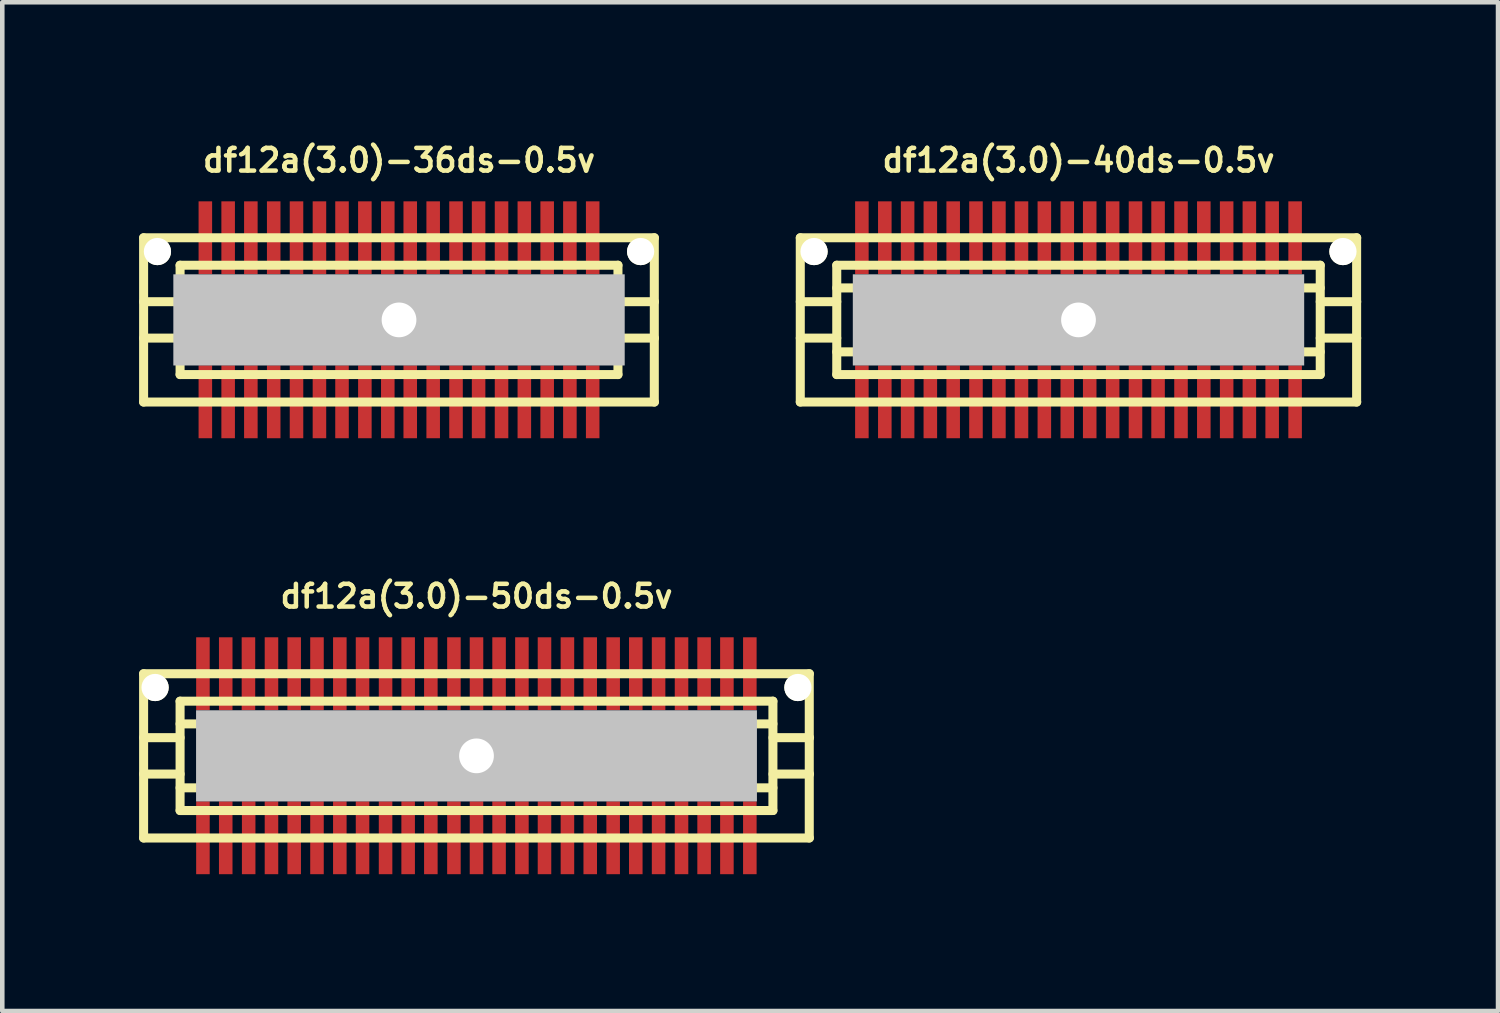
<source format=kicad_pcb>
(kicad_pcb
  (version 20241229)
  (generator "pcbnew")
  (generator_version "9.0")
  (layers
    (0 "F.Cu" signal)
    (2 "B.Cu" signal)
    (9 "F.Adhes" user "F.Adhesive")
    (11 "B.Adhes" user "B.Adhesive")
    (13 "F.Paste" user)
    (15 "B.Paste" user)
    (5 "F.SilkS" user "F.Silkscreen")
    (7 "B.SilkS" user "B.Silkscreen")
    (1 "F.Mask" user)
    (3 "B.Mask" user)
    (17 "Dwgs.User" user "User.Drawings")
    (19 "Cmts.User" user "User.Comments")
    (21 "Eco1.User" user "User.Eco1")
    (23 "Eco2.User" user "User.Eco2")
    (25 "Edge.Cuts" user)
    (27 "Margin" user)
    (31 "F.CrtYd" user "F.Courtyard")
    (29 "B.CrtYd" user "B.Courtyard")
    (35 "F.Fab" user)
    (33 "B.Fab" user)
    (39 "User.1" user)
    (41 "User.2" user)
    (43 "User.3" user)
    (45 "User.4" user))
  (footprint "df12a(3.0)-36ds-0.5v"
    (layer "F.Cu")
    (at 5.7 3.965)
    (property "Reference" "df12a(3.0)-36ds-0.5v" (at 0 -3.5 0) (layer "F.SilkS") (effects (font (size 0.498 0.498) (thickness 0.099))))
    (attr through_hole)
    (fp_line (start -5.601 -1.801) (end 5.601 -1.801) (stroke (width 0.198) (type solid)) (layer "F.SilkS"))
    (fp_line (start -5.601 1.801) (end -5.601 -1.801) (stroke (width 0.198) (type solid)) (layer "F.SilkS"))
    (fp_line (start -5.601 1.801) (end 5.601 1.801) (stroke (width 0.198) (type solid)) (layer "F.SilkS"))
    (fp_line (start -4.801 -1.199) (end 4.801 -1.199) (stroke (width 0.198) (type solid)) (layer "F.SilkS"))
    (fp_line (start -4.801 -0.701) (end 4.801 -0.701) (stroke (width 0.198) (type solid)) (layer "F.SilkS"))
    (fp_line (start -4.801 -0.399) (end -5.601 -0.399) (stroke (width 0.198) (type solid)) (layer "F.SilkS"))
    (fp_line (start -4.801 0.399) (end -5.601 0.399) (stroke (width 0.198) (type solid)) (layer "F.SilkS"))
    (fp_line (start -4.801 0.701) (end 4.801 0.701) (stroke (width 0.198) (type solid)) (layer "F.SilkS"))
    (fp_line (start -4.801 1.199) (end -4.801 -1.199) (stroke (width 0.198) (type solid)) (layer "F.SilkS"))
    (fp_line (start -4.801 1.199) (end 4.801 1.199) (stroke (width 0.198) (type solid)) (layer "F.SilkS"))
    (fp_line (start 4.801 -1.199) (end 4.801 1.199) (stroke (width 0.198) (type solid)) (layer "F.SilkS"))
    (fp_line (start 4.801 -0.399) (end 5.601 -0.399) (stroke (width 0.198) (type solid)) (layer "F.SilkS"))
    (fp_line (start 5.598 -1.801) (end 5.598 1.801) (stroke (width 0.198) (type solid)) (layer "F.SilkS"))
    (fp_line (start 5.601 0.399) (end 4.801 0.399) (stroke (width 0.198) (type solid)) (layer "F.SilkS"))
    (pad "" np_thru_hole circle (at -5.298 -1.499) (size 0.597 0.597) (drill 0.597) (layers "*.Cu" "*.Mask" "F.SilkS"))
    (pad "" np_thru_hole rect (at 0 0) (size 9.898 1.999) (drill 0.762) (layers "Dwgs.User"))
    (pad "" np_thru_hole circle (at 5.298 -1.499) (size 0.597 0.597) (drill 0.597) (layers "*.Cu" "*.Mask" "F.SilkS"))
    (pad "1" smd rect (at -4.247 1.796) (size 0.297 1.598) (layers "F.Cu" "F.Mask" "F.Paste"))
    (pad "2" smd rect (at -3.747 1.796) (size 0.297 1.598) (layers "F.Cu" "F.Mask" "F.Paste"))
    (pad "3" smd rect (at -3.249 1.796) (size 0.297 1.598) (layers "F.Cu" "F.Mask" "F.Paste"))
    (pad "4" smd rect (at -2.748 1.796) (size 0.297 1.598) (layers "F.Cu" "F.Mask" "F.Paste"))
    (pad "5" smd rect (at -2.248 1.796) (size 0.297 1.598) (layers "F.Cu" "F.Mask" "F.Paste"))
    (pad "6" smd rect (at -1.745 1.796) (size 0.297 1.598) (layers "F.Cu" "F.Mask" "F.Paste"))
    (pad "7" smd rect (at -1.25 1.796) (size 0.297 1.598) (layers "F.Cu" "F.Mask" "F.Paste"))
    (pad "8" smd rect (at -0.749 1.796) (size 0.297 1.598) (layers "F.Cu" "F.Mask" "F.Paste"))
    (pad "9" smd rect (at -0.246 1.796) (size 0.297 1.598) (layers "F.Cu" "F.Mask" "F.Paste"))
    (pad "10" smd rect (at 0.246 1.796) (size 0.297 1.598) (layers "F.Cu" "F.Mask" "F.Paste"))
    (pad "11" smd rect (at 0.749 1.796) (size 0.297 1.598) (layers "F.Cu" "F.Mask" "F.Paste"))
    (pad "12" smd rect (at 1.25 1.796) (size 0.297 1.598) (layers "F.Cu" "F.Mask" "F.Paste"))
    (pad "13" smd rect (at 1.745 1.796) (size 0.297 1.598) (layers "F.Cu" "F.Mask" "F.Paste"))
    (pad "14" smd rect (at 2.248 1.796) (size 0.297 1.598) (layers "F.Cu" "F.Mask" "F.Paste"))
    (pad "15" smd rect (at 2.748 1.796) (size 0.297 1.598) (layers "F.Cu" "F.Mask" "F.Paste"))
    (pad "16" smd rect (at 3.249 1.796) (size 0.297 1.598) (layers "F.Cu" "F.Mask" "F.Paste"))
    (pad "17" smd rect (at 3.747 1.796) (size 0.297 1.598) (layers "F.Cu" "F.Mask" "F.Paste"))
    (pad "18" smd rect (at 4.247 1.796) (size 0.297 1.598) (layers "F.Cu" "F.Mask" "F.Paste"))
    (pad "19" smd rect (at 4.247 -1.801) (size 0.297 1.598) (layers "F.Cu" "F.Mask" "F.Paste"))
    (pad "20" smd rect (at 3.747 -1.801) (size 0.297 1.598) (layers "F.Cu" "F.Mask" "F.Paste"))
    (pad "21" smd rect (at 3.249 -1.801) (size 0.297 1.598) (layers "F.Cu" "F.Mask" "F.Paste"))
    (pad "22" smd rect (at 2.748 -1.801) (size 0.297 1.598) (layers "F.Cu" "F.Mask" "F.Paste"))
    (pad "23" smd rect (at 2.248 -1.801) (size 0.297 1.598) (layers "F.Cu" "F.Mask" "F.Paste"))
    (pad "24" smd rect (at 1.745 -1.801) (size 0.297 1.598) (layers "F.Cu" "F.Mask" "F.Paste"))
    (pad "25" smd rect (at 1.25 -1.801) (size 0.297 1.598) (layers "F.Cu" "F.Mask" "F.Paste"))
    (pad "26" smd rect (at 0.749 -1.801) (size 0.297 1.598) (layers "F.Cu" "F.Mask" "F.Paste"))
    (pad "27" smd rect (at 0.246 -1.801) (size 0.297 1.598) (layers "F.Cu" "F.Mask" "F.Paste"))
    (pad "28" smd rect (at -0.246 -1.801) (size 0.297 1.598) (layers "F.Cu" "F.Mask" "F.Paste"))
    (pad "29" smd rect (at -0.749 -1.801) (size 0.297 1.598) (layers "F.Cu" "F.Mask" "F.Paste"))
    (pad "30" smd rect (at -1.25 -1.801) (size 0.297 1.598) (layers "F.Cu" "F.Mask" "F.Paste"))
    (pad "31" smd rect (at -1.745 -1.801) (size 0.297 1.598) (layers "F.Cu" "F.Mask" "F.Paste"))
    (pad "32" smd rect (at -2.248 -1.801) (size 0.297 1.598) (layers "F.Cu" "F.Mask" "F.Paste"))
    (pad "33" smd rect (at -2.748 -1.801) (size 0.297 1.598) (layers "F.Cu" "F.Mask" "F.Paste"))
    (pad "34" smd rect (at -3.249 -1.801) (size 0.297 1.598) (layers "F.Cu" "F.Mask" "F.Paste"))
    (pad "35" smd rect (at -3.747 -1.801) (size 0.297 1.598) (layers "F.Cu" "F.Mask" "F.Paste"))
    (pad "36" smd rect (at -4.247 -1.801) (size 0.297 1.598) (layers "F.Cu" "F.Mask" "F.Paste")))
  (footprint "df12a(3.0)-50ds-0.5v"
    (layer "F.Cu")
    (at 7.399 13.525)
    (property "Reference" "df12a(3.0)-50ds-0.5v" (at 0 -3.5 0) (layer "F.SilkS") (effects (font (size 0.498 0.498) (thickness 0.099))))
    (attr through_hole)
    (fp_line (start -7.3 1.801) (end -7.3 -1.801) (stroke (width 0.198) (type solid)) (layer "F.SilkS"))
    (fp_line (start -7.3 1.801) (end 7.3 1.801) (stroke (width 0.198) (type solid)) (layer "F.SilkS"))
    (fp_line (start -6.5 -1.199) (end 6.5 -1.199) (stroke (width 0.198) (type solid)) (layer "F.SilkS"))
    (fp_line (start -6.5 -0.701) (end 6.5 -0.701) (stroke (width 0.198) (type solid)) (layer "F.SilkS"))
    (fp_line (start -6.5 -0.399) (end -7.3 -0.399) (stroke (width 0.198) (type solid)) (layer "F.SilkS"))
    (fp_line (start -6.5 0.399) (end -7.3 0.399) (stroke (width 0.198) (type solid)) (layer "F.SilkS"))
    (fp_line (start -6.5 0.701) (end 6.5 0.701) (stroke (width 0.198) (type solid)) (layer "F.SilkS"))
    (fp_line (start -6.5 1.199) (end -6.5 -1.199) (stroke (width 0.198) (type solid)) (layer "F.SilkS"))
    (fp_line (start 6.5 -1.199) (end 6.5 1.199) (stroke (width 0.198) (type solid)) (layer "F.SilkS"))
    (fp_line (start 6.5 1.199) (end -6.5 1.199) (stroke (width 0.198) (type solid)) (layer "F.SilkS"))
    (fp_line (start 6.502 -0.399) (end 7.303 -0.399) (stroke (width 0.198) (type solid)) (layer "F.SilkS"))
    (fp_line (start 7.297 -1.801) (end 7.297 1.801) (stroke (width 0.198) (type solid)) (layer "F.SilkS"))
    (fp_line (start 7.3 -1.801) (end -7.3 -1.801) (stroke (width 0.198) (type solid)) (layer "F.SilkS"))
    (fp_line (start 7.303 0.399) (end 6.502 0.399) (stroke (width 0.198) (type solid)) (layer "F.SilkS"))
    (pad "" np_thru_hole circle (at -7.048 -1.499) (size 0.597 0.597) (drill 0.597) (layers "*.Cu" "*.Mask" "F.SilkS"))
    (pad "" np_thru_hole rect (at 0 0) (size 12.299 1.999) (drill 0.762) (layers "Dwgs.User"))
    (pad "" np_thru_hole circle (at 7.048 -1.499) (size 0.597 0.597) (drill 0.597) (layers "*.Cu" "*.Mask" "F.SilkS"))
    (pad "1" smd rect (at -5.999 1.796) (size 0.297 1.598) (layers "F.Cu" "F.Mask" "F.Paste"))
    (pad "2" smd rect (at -5.499 1.796) (size 0.297 1.598) (layers "F.Cu" "F.Mask" "F.Paste"))
    (pad "3" smd rect (at -4.996 1.796) (size 0.297 1.598) (layers "F.Cu" "F.Mask" "F.Paste"))
    (pad "4" smd rect (at -4.496 1.796) (size 0.297 1.598) (layers "F.Cu" "F.Mask" "F.Paste"))
    (pad "5" smd rect (at -3.998 1.796) (size 0.297 1.598) (layers "F.Cu" "F.Mask" "F.Paste"))
    (pad "6" smd rect (at -3.498 1.796) (size 0.297 1.598) (layers "F.Cu" "F.Mask" "F.Paste"))
    (pad "7" smd rect (at -2.997 1.796) (size 0.297 1.598) (layers "F.Cu" "F.Mask" "F.Paste"))
    (pad "8" smd rect (at -2.499 1.796) (size 0.297 1.598) (layers "F.Cu" "F.Mask" "F.Paste"))
    (pad "9" smd rect (at -1.994 1.796) (size 0.297 1.598) (layers "F.Cu" "F.Mask" "F.Paste"))
    (pad "10" smd rect (at -1.499 1.796) (size 0.297 1.598) (layers "F.Cu" "F.Mask" "F.Paste"))
    (pad "11" smd rect (at -1.001 1.796) (size 0.297 1.598) (layers "F.Cu" "F.Mask" "F.Paste"))
    (pad "12" smd rect (at -0.495 1.796) (size 0.297 1.598) (layers "F.Cu" "F.Mask" "F.Paste"))
    (pad "13" smd rect (at 0 1.796) (size 0.297 1.598) (layers "F.Cu" "F.Mask" "F.Paste"))
    (pad "14" smd rect (at 0.495 1.796) (size 0.297 1.598) (layers "F.Cu" "F.Mask" "F.Paste"))
    (pad "15" smd rect (at 0.996 1.796) (size 0.297 1.598) (layers "F.Cu" "F.Mask" "F.Paste"))
    (pad "16" smd rect (at 1.491 1.796) (size 0.297 1.598) (layers "F.Cu" "F.Mask" "F.Paste"))
    (pad "17" smd rect (at 1.994 1.796) (size 0.297 1.598) (layers "F.Cu" "F.Mask" "F.Paste"))
    (pad "18" smd rect (at 2.494 1.796) (size 0.297 1.598) (layers "F.Cu" "F.Mask" "F.Paste"))
    (pad "19" smd rect (at 2.997 1.796) (size 0.297 1.598) (layers "F.Cu" "F.Mask" "F.Paste"))
    (pad "20" smd rect (at 3.493 1.796) (size 0.297 1.598) (layers "F.Cu" "F.Mask" "F.Paste"))
    (pad "21" smd rect (at 3.993 1.796) (size 0.297 1.598) (layers "F.Cu" "F.Mask" "F.Paste"))
    (pad "22" smd rect (at 4.496 1.796) (size 0.297 1.598) (layers "F.Cu" "F.Mask" "F.Paste"))
    (pad "23" smd rect (at 4.991 1.796) (size 0.297 1.598) (layers "F.Cu" "F.Mask" "F.Paste"))
    (pad "24" smd rect (at 5.491 1.796) (size 0.297 1.598) (layers "F.Cu" "F.Mask" "F.Paste"))
    (pad "25" smd rect (at 5.994 1.796) (size 0.297 1.598) (layers "F.Cu" "F.Mask" "F.Paste"))
    (pad "26" smd rect (at 5.994 -1.801) (size 0.297 1.598) (layers "F.Cu" "F.Mask" "F.Paste"))
    (pad "27" smd rect (at 5.491 -1.801) (size 0.297 1.598) (layers "F.Cu" "F.Mask" "F.Paste"))
    (pad "28" smd rect (at 4.991 -1.801) (size 0.297 1.598) (layers "F.Cu" "F.Mask" "F.Paste"))
    (pad "29" smd rect (at 4.496 -1.801) (size 0.297 1.598) (layers "F.Cu" "F.Mask" "F.Paste"))
    (pad "30" smd rect (at 3.993 -1.801) (size 0.297 1.598) (layers "F.Cu" "F.Mask" "F.Paste"))
    (pad "31" smd rect (at 3.493 -1.801) (size 0.297 1.598) (layers "F.Cu" "F.Mask" "F.Paste"))
    (pad "32" smd rect (at 2.997 -1.801) (size 0.297 1.598) (layers "F.Cu" "F.Mask" "F.Paste"))
    (pad "33" smd rect (at 2.494 -1.801) (size 0.297 1.598) (layers "F.Cu" "F.Mask" "F.Paste"))
    (pad "34" smd rect (at 1.994 -1.801) (size 0.297 1.598) (layers "F.Cu" "F.Mask" "F.Paste"))
    (pad "35" smd rect (at 1.491 -1.801) (size 0.297 1.598) (layers "F.Cu" "F.Mask" "F.Paste"))
    (pad "36" smd rect (at 0.996 -1.801) (size 0.297 1.598) (layers "F.Cu" "F.Mask" "F.Paste"))
    (pad "37" smd rect (at 0.495 -1.801) (size 0.297 1.598) (layers "F.Cu" "F.Mask" "F.Paste"))
    (pad "38" smd rect (at 0 -1.801) (size 0.297 1.598) (layers "F.Cu" "F.Mask" "F.Paste"))
    (pad "39" smd rect (at -0.495 -1.801) (size 0.297 1.598) (layers "F.Cu" "F.Mask" "F.Paste"))
    (pad "40" smd rect (at -1.001 -1.801) (size 0.297 1.598) (layers "F.Cu" "F.Mask" "F.Paste"))
    (pad "41" smd rect (at -1.499 -1.801) (size 0.297 1.598) (layers "F.Cu" "F.Mask" "F.Paste"))
    (pad "42" smd rect (at -1.994 -1.801) (size 0.297 1.598) (layers "F.Cu" "F.Mask" "F.Paste"))
    (pad "43" smd rect (at -2.499 -1.801) (size 0.297 1.598) (layers "F.Cu" "F.Mask" "F.Paste"))
    (pad "44" smd rect (at -2.997 -1.801) (size 0.297 1.598) (layers "F.Cu" "F.Mask" "F.Paste"))
    (pad "45" smd rect (at -3.498 -1.801) (size 0.297 1.598) (layers "F.Cu" "F.Mask" "F.Paste"))
    (pad "46" smd rect (at -3.998 -1.801) (size 0.297 1.598) (layers "F.Cu" "F.Mask" "F.Paste"))
    (pad "47" smd rect (at -4.496 -1.801) (size 0.297 1.598) (layers "F.Cu" "F.Mask" "F.Paste"))
    (pad "48" smd rect (at -5.001 -1.801) (size 0.297 1.598) (layers "F.Cu" "F.Mask" "F.Paste"))
    (pad "49" smd rect (at -5.499 -1.801) (size 0.297 1.598) (layers "F.Cu" "F.Mask" "F.Paste"))
    (pad "50" smd rect (at -5.999 -1.801) (size 0.297 1.598) (layers "F.Cu" "F.Mask" "F.Paste")))
  (footprint "df12a(3.0)-40ds-0.5v"
    (layer "F.Cu")
    (at 20.6 3.965)
    (property "Reference" "df12a(3.0)-40ds-0.5v" (at 0 -3.5 0) (layer "F.SilkS") (effects (font (size 0.498 0.498) (thickness 0.099))))
    (attr through_hole)
    (fp_line (start -6.101 -1.801) (end 6.101 -1.801) (stroke (width 0.198) (type solid)) (layer "F.SilkS"))
    (fp_line (start -6.101 1.801) (end -6.101 -1.801) (stroke (width 0.198) (type solid)) (layer "F.SilkS"))
    (fp_line (start -5.301 -0.701) (end 5.301 -0.701) (stroke (width 0.198) (type solid)) (layer "F.SilkS"))
    (fp_line (start -5.301 -0.399) (end -6.101 -0.399) (stroke (width 0.198) (type solid)) (layer "F.SilkS"))
    (fp_line (start -5.301 0.399) (end -6.101 0.399) (stroke (width 0.198) (type solid)) (layer "F.SilkS"))
    (fp_line (start -5.301 1.199) (end -5.301 -1.199) (stroke (width 0.198) (type solid)) (layer "F.SilkS"))
    (fp_line (start -5.301 1.199) (end 5.301 1.199) (stroke (width 0.198) (type solid)) (layer "F.SilkS"))
    (fp_line (start 5.301 -1.199) (end -5.301 -1.199) (stroke (width 0.198) (type solid)) (layer "F.SilkS"))
    (fp_line (start 5.301 -1.199) (end 5.301 1.199) (stroke (width 0.198) (type solid)) (layer "F.SilkS"))
    (fp_line (start 5.301 -0.399) (end 6.101 -0.399) (stroke (width 0.198) (type solid)) (layer "F.SilkS"))
    (fp_line (start 5.301 0.701) (end -5.301 0.701) (stroke (width 0.198) (type solid)) (layer "F.SilkS"))
    (fp_line (start 6.099 -1.801) (end 6.099 1.801) (stroke (width 0.198) (type solid)) (layer "F.SilkS"))
    (fp_line (start 6.101 0.399) (end 5.301 0.399) (stroke (width 0.198) (type solid)) (layer "F.SilkS"))
    (fp_line (start 6.101 1.801) (end -6.101 1.801) (stroke (width 0.198) (type solid)) (layer "F.SilkS"))
    (pad "" np_thru_hole circle (at -5.799 -1.499) (size 0.597 0.597) (drill 0.597) (layers "*.Cu" "*.Mask" "F.SilkS"))
    (pad "" np_thru_hole rect (at 0 0) (size 9.898 1.999) (drill 0.762) (layers "Dwgs.User"))
    (pad "" np_thru_hole circle (at 5.799 -1.499) (size 0.597 0.597) (drill 0.597) (layers "*.Cu" "*.Mask" "F.SilkS"))
    (pad "1" smd rect (at -4.75 1.796) (size 0.297 1.598) (layers "F.Cu" "F.Mask" "F.Paste"))
    (pad "2" smd rect (at -4.247 1.796) (size 0.297 1.598) (layers "F.Cu" "F.Mask" "F.Paste"))
    (pad "3" smd rect (at -3.747 1.796) (size 0.297 1.598) (layers "F.Cu" "F.Mask" "F.Paste"))
    (pad "4" smd rect (at -3.249 1.796) (size 0.297 1.598) (layers "F.Cu" "F.Mask" "F.Paste"))
    (pad "5" smd rect (at -2.748 1.796) (size 0.297 1.598) (layers "F.Cu" "F.Mask" "F.Paste"))
    (pad "6" smd rect (at -2.248 1.796) (size 0.297 1.598) (layers "F.Cu" "F.Mask" "F.Paste"))
    (pad "7" smd rect (at -1.745 1.796) (size 0.297 1.598) (layers "F.Cu" "F.Mask" "F.Paste"))
    (pad "8" smd rect (at -1.25 1.796) (size 0.297 1.598) (layers "F.Cu" "F.Mask" "F.Paste"))
    (pad "9" smd rect (at -0.749 1.796) (size 0.297 1.598) (layers "F.Cu" "F.Mask" "F.Paste"))
    (pad "10" smd rect (at -0.246 1.796) (size 0.297 1.598) (layers "F.Cu" "F.Mask" "F.Paste"))
    (pad "11" smd rect (at 0.246 1.796) (size 0.297 1.598) (layers "F.Cu" "F.Mask" "F.Paste"))
    (pad "12" smd rect (at 0.749 1.796) (size 0.297 1.598) (layers "F.Cu" "F.Mask" "F.Paste"))
    (pad "13" smd rect (at 1.25 1.796) (size 0.297 1.598) (layers "F.Cu" "F.Mask" "F.Paste"))
    (pad "14" smd rect (at 1.745 1.796) (size 0.297 1.598) (layers "F.Cu" "F.Mask" "F.Paste"))
    (pad "15" smd rect (at 2.248 1.796) (size 0.297 1.598) (layers "F.Cu" "F.Mask" "F.Paste"))
    (pad "16" smd rect (at 2.748 1.796) (size 0.297 1.598) (layers "F.Cu" "F.Mask" "F.Paste"))
    (pad "17" smd rect (at 3.249 1.796) (size 0.297 1.598) (layers "F.Cu" "F.Mask" "F.Paste"))
    (pad "18" smd rect (at 3.747 1.796) (size 0.297 1.598) (layers "F.Cu" "F.Mask" "F.Paste"))
    (pad "19" smd rect (at 4.247 1.796) (size 0.297 1.598) (layers "F.Cu" "F.Mask" "F.Paste"))
    (pad "20" smd rect (at 4.75 1.796) (size 0.297 1.598) (layers "F.Cu" "F.Mask" "F.Paste"))
    (pad "21" smd rect (at 4.75 -1.801) (size 0.297 1.598) (layers "F.Cu" "F.Mask" "F.Paste"))
    (pad "22" smd rect (at 4.247 -1.801) (size 0.297 1.598) (layers "F.Cu" "F.Mask" "F.Paste"))
    (pad "23" smd rect (at 3.747 -1.801) (size 0.297 1.598) (layers "F.Cu" "F.Mask" "F.Paste"))
    (pad "24" smd rect (at 3.249 -1.801) (size 0.297 1.598) (layers "F.Cu" "F.Mask" "F.Paste"))
    (pad "25" smd rect (at 2.748 -1.801) (size 0.297 1.598) (layers "F.Cu" "F.Mask" "F.Paste"))
    (pad "26" smd rect (at 2.248 -1.801) (size 0.297 1.598) (layers "F.Cu" "F.Mask" "F.Paste"))
    (pad "27" smd rect (at 1.745 -1.801) (size 0.297 1.598) (layers "F.Cu" "F.Mask" "F.Paste"))
    (pad "28" smd rect (at 1.25 -1.801) (size 0.297 1.598) (layers "F.Cu" "F.Mask" "F.Paste"))
    (pad "29" smd rect (at 0.749 -1.801) (size 0.297 1.598) (layers "F.Cu" "F.Mask" "F.Paste"))
    (pad "30" smd rect (at 0.246 -1.801) (size 0.297 1.598) (layers "F.Cu" "F.Mask" "F.Paste"))
    (pad "31" smd rect (at -0.246 -1.801) (size 0.297 1.598) (layers "F.Cu" "F.Mask" "F.Paste"))
    (pad "32" smd rect (at -0.749 -1.801) (size 0.297 1.598) (layers "F.Cu" "F.Mask" "F.Paste"))
    (pad "33" smd rect (at -1.25 -1.801) (size 0.297 1.598) (layers "F.Cu" "F.Mask" "F.Paste"))
    (pad "34" smd rect (at -1.745 -1.801) (size 0.297 1.598) (layers "F.Cu" "F.Mask" "F.Paste"))
    (pad "35" smd rect (at -2.248 -1.801) (size 0.297 1.598) (layers "F.Cu" "F.Mask" "F.Paste"))
    (pad "36" smd rect (at -2.748 -1.801) (size 0.297 1.598) (layers "F.Cu" "F.Mask" "F.Paste"))
    (pad "37" smd rect (at -3.249 -1.801) (size 0.297 1.598) (layers "F.Cu" "F.Mask" "F.Paste"))
    (pad "38" smd rect (at -3.747 -1.801) (size 0.297 1.598) (layers "F.Cu" "F.Mask" "F.Paste"))
    (pad "39" smd rect (at -4.247 -1.801) (size 0.297 1.598) (layers "F.Cu" "F.Mask" "F.Paste"))
    (pad "40" smd rect (at -4.75 -1.801) (size 0.297 1.598) (layers "F.Cu" "F.Mask" "F.Paste")))
  (gr_rect
    (start -3 -3)
    (end 29.8 19.12)
    (stroke (width 0.1) (type default))
    (fill no)
    (layer "Edge.Cuts")))
</source>
